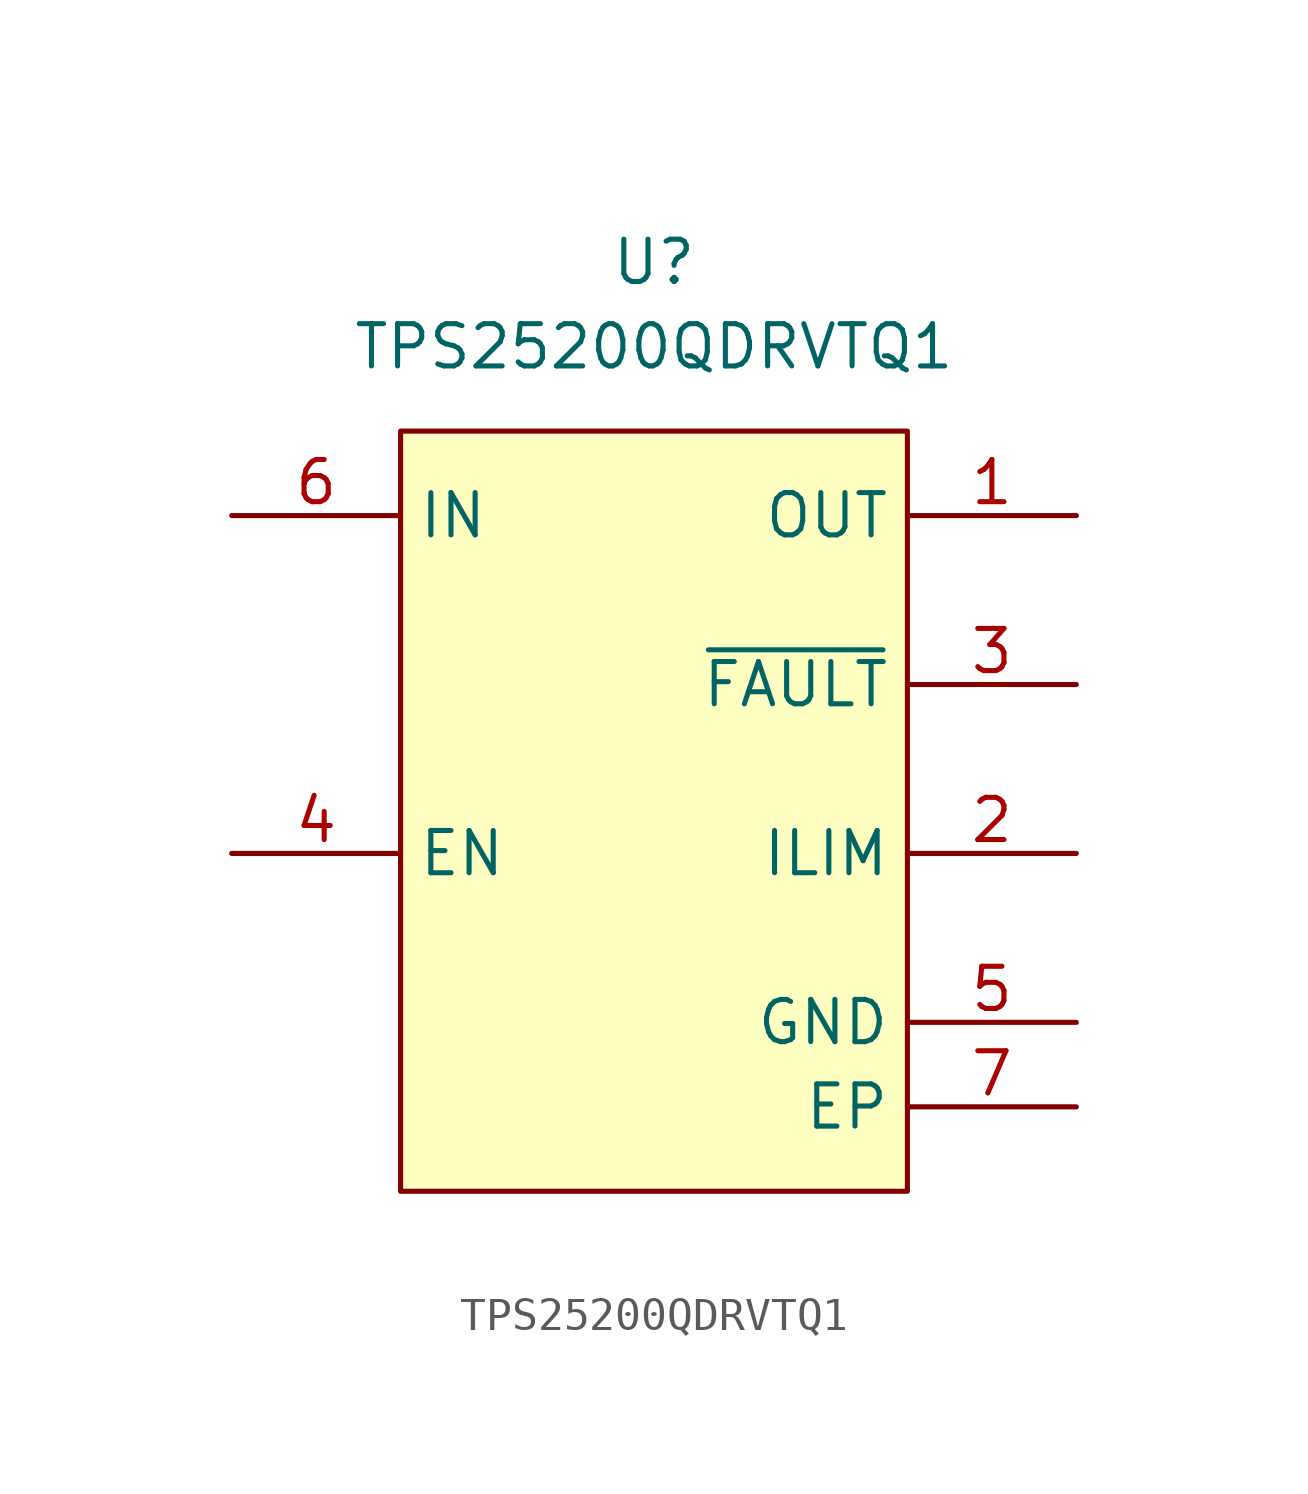
<source format=kicad_sym>
(kicad_symbol_lib
  (version 20241209)
  (generator "kicad_symbol_editor")
  (generator_version "9.0")
  (symbol "TPS25200QDRVTQ1"
    (property "Reference" "U"
      (at 0 5.08 0)
      (effects (font (size 1.27 1.27))))
    (property "Value" "TPS25200QDRVTQ1"
      (at 0 2.54 0)
      (effects (font (size 1.27 1.27))))
    (symbol "TPS25200QDRVTQ1_1_1"
      (rectangle (start -7.62 0) (end 7.62 -22.86) (stroke (width 0) (type solid)) (fill (type background)))
      (pin passive line (at -12.7 -2.54 0) (length 5.08) (name "IN" (effects (font (size 1.27 1.27)))) (number "6" (effects (font (size 1.27 1.27)))))
      (pin passive line (at -12.7 -12.7 0) (length 5.08) (name "EN" (effects (font (size 1.27 1.27)))) (number "4" (effects (font (size 1.27 1.27)))))
      (pin passive line (at 12.7 -2.54 180) (length 5.08) (name "OUT" (effects (font (size 1.27 1.27)))) (number "1" (effects (font (size 1.27 1.27)))))
      (pin passive line (at 12.7 -7.62 180) (length 5.08) (name "~{FAULT}" (effects (font (size 1.27 1.27)))) (number "3" (effects (font (size 1.27 1.27)))))
      (pin passive line (at 12.7 -12.7 180) (length 5.08) (name "ILIM" (effects (font (size 1.27 1.27)))) (number "2" (effects (font (size 1.27 1.27)))))
      (pin passive line (at 12.7 -17.78 180) (length 5.08) (name "GND" (effects (font (size 1.27 1.27)))) (number "5" (effects (font (size 1.27 1.27)))))
      (pin passive line (at 12.7 -20.32 180) (length 5.08) (name "EP" (effects (font (size 1.27 1.27)))) (number "7" (effects (font (size 1.27 1.27))))))))
</source>
